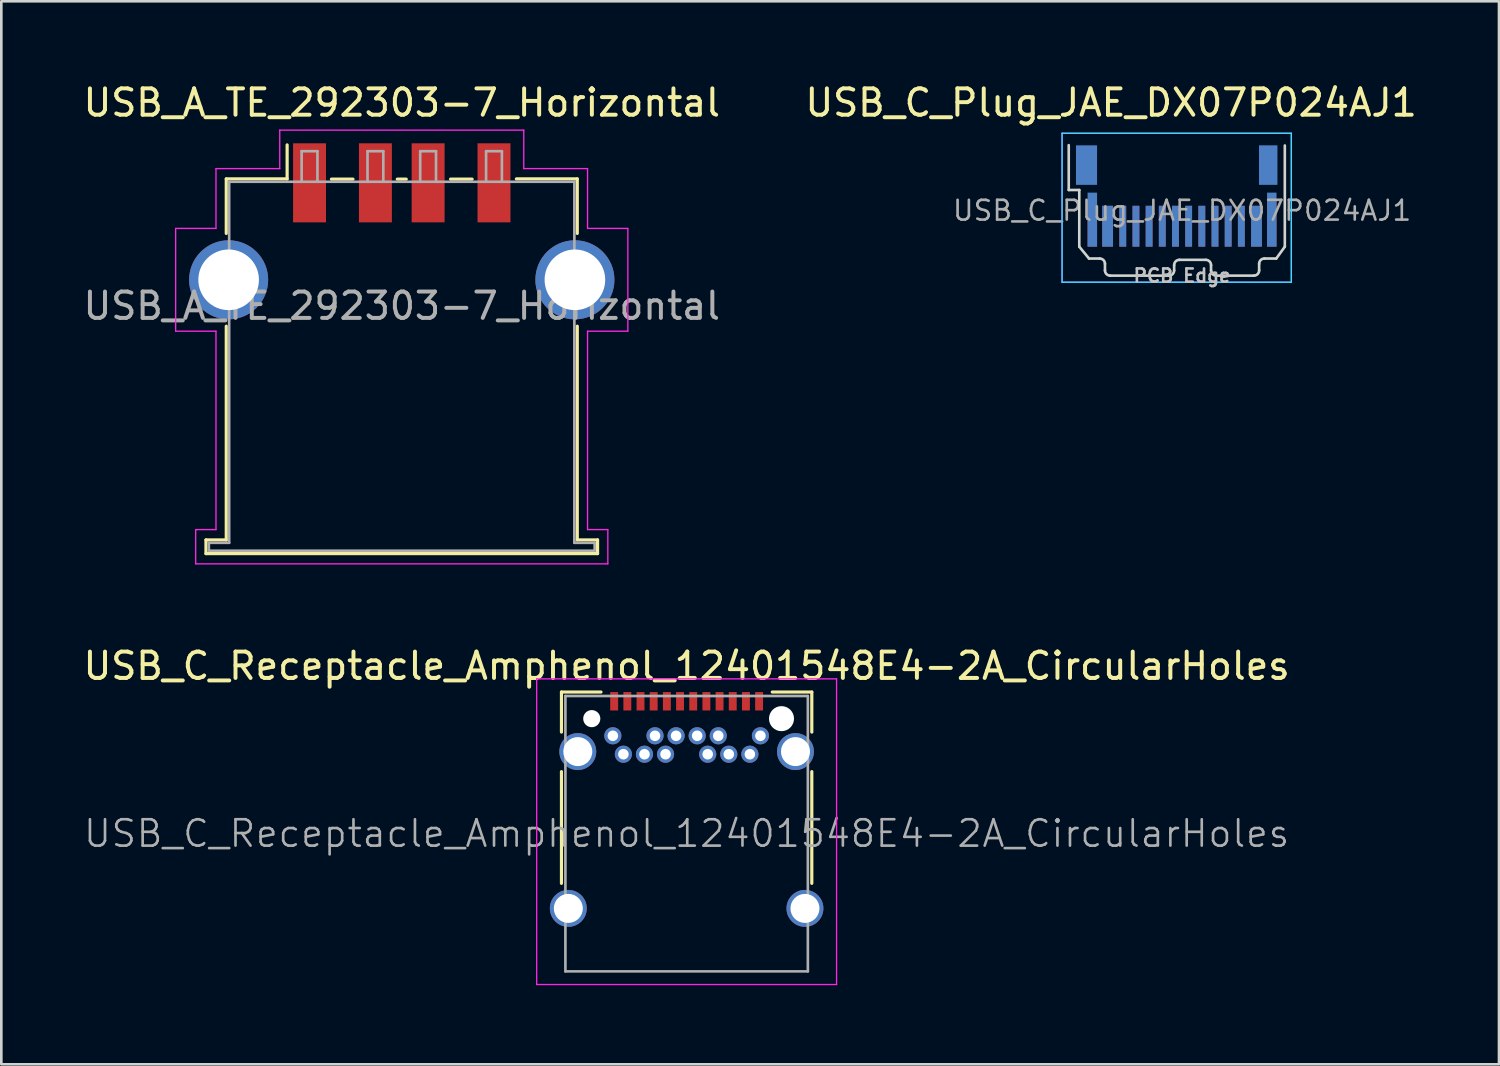
<source format=kicad_pcb>
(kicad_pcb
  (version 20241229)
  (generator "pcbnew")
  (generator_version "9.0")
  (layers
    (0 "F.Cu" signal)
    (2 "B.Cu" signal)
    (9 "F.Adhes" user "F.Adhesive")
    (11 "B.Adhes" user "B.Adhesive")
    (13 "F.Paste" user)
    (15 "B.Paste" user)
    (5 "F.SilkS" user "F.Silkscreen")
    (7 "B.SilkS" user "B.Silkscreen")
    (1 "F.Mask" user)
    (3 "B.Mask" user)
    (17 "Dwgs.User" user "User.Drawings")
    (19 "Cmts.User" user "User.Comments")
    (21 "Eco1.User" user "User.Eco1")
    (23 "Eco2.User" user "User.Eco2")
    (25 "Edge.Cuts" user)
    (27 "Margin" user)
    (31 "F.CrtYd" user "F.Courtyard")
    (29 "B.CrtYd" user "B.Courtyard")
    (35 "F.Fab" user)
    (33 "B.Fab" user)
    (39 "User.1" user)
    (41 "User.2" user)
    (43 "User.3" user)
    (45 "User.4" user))
  (footprint "USB_C_Receptacle_Amphenol_12401548E4-2A_CircularHoles"
    (layer "F.Cu")
    (at 23.006 28.581)
    (property "Reference" "USB_C_Receptacle_Amphenol_12401548E4-2A_CircularHoles" (at 0 -6.36 0) (layer "F.SilkS") (effects (font (size 1 1) (thickness 0.15))))
    (attr smd)
    (fp_line (start -4.75 -5.37) (end -4.75 -3.85) (stroke (width 0.12) (type solid)) (layer "F.SilkS"))
    (fp_line (start -4.75 -5.37) (end -3.25 -5.37) (stroke (width 0.12) (type solid)) (layer "F.SilkS"))
    (fp_line (start -4.75 -2.35) (end -4.75 1.89) (stroke (width 0.12) (type solid)) (layer "F.SilkS"))
    (fp_line (start 3.25 -5.37) (end 4.75 -5.37) (stroke (width 0.12) (type solid)) (layer "F.SilkS"))
    (fp_line (start 4.75 -5.37) (end 4.75 -3.85) (stroke (width 0.12) (type solid)) (layer "F.SilkS"))
    (fp_line (start 4.75 -2.35) (end 4.75 1.89) (stroke (width 0.12) (type solid)) (layer "F.SilkS"))
    (fp_line (start -5.69 -5.87) (end 5.69 -5.87) (stroke (width 0.05) (type solid)) (layer "F.CrtYd"))
    (fp_line (start -5.69 5.73) (end -5.69 -5.87) (stroke (width 0.05) (type solid)) (layer "F.CrtYd"))
    (fp_line (start 5.69 -5.87) (end 5.69 5.73) (stroke (width 0.05) (type solid)) (layer "F.CrtYd"))
    (fp_line (start 5.69 5.73) (end -5.69 5.73) (stroke (width 0.05) (type solid)) (layer "F.CrtYd"))
    (fp_line (start -4.6 -5.22) (end 4.6 -5.22) (stroke (width 0.1) (type solid)) (layer "F.Fab"))
    (fp_line (start -4.6 5.23) (end -4.6 -5.22) (stroke (width 0.1) (type solid)) (layer "F.Fab"))
    (fp_line (start -4.6 5.23) (end 4.6 5.23) (stroke (width 0.1) (type solid)) (layer "F.Fab"))
    (fp_line (start 4.6 5.23) (end 4.6 -5.22) (stroke (width 0.1) (type solid)) (layer "F.Fab"))
    (fp_text user "${REFERENCE}" (at 0 0 0) (layer "F.Fab") (effects (font (size 1 1) (thickness 0.1))))
    (pad "" np_thru_hole circle (at -3.6 -4.36) (size 0.65 0.65) (drill 0.65) (layers "*.Cu" "*.Mask"))
    (pad "" np_thru_hole circle (at 3.6 -4.36) (size 0.95 0.95) (drill 0.95) (layers "*.Cu" "*.Mask"))
    (pad "A1" smd rect (at -2.75 -5.02) (size 0.3 0.7) (layers "F.Cu" "F.Mask" "F.Paste"))
    (pad "A2" smd rect (at -2.25 -5.02) (size 0.3 0.7) (layers "F.Cu" "F.Mask" "F.Paste"))
    (pad "A3" smd rect (at -1.75 -5.02) (size 0.3 0.7) (layers "F.Cu" "F.Mask" "F.Paste"))
    (pad "A4" smd rect (at -1.25 -5.02) (size 0.3 0.7) (layers "F.Cu" "F.Mask" "F.Paste"))
    (pad "A5" smd rect (at -0.75 -5.02) (size 0.3 0.7) (layers "F.Cu" "F.Mask" "F.Paste"))
    (pad "A6" smd rect (at -0.25 -5.02) (size 0.3 0.7) (layers "F.Cu" "F.Mask" "F.Paste"))
    (pad "A7" smd rect (at 0.25 -5.02) (size 0.3 0.7) (layers "F.Cu" "F.Mask" "F.Paste"))
    (pad "A8" smd rect (at 0.75 -5.02) (size 0.3 0.7) (layers "F.Cu" "F.Mask" "F.Paste"))
    (pad "A9" smd rect (at 1.25 -5.02) (size 0.3 0.7) (layers "F.Cu" "F.Mask" "F.Paste"))
    (pad "A10" smd rect (at 1.75 -5.02) (size 0.3 0.7) (layers "F.Cu" "F.Mask" "F.Paste"))
    (pad "A11" smd rect (at 2.25 -5.02) (size 0.3 0.7) (layers "F.Cu" "F.Mask" "F.Paste"))
    (pad "A12" smd rect (at 2.75 -5.02) (size 0.3 0.7) (layers "F.Cu" "F.Mask" "F.Paste"))
    (pad "B1" thru_hole circle (at 2.8 -3.71) (size 0.65 0.65) (drill 0.4) (property pad_prop_heatsink) (layers "*.Cu" "*.Mask"))
    (pad "B2" thru_hole circle (at 2.4 -3.01) (size 0.65 0.65) (drill 0.4) (property pad_prop_heatsink) (layers "*.Cu" "*.Mask"))
    (pad "B3" thru_hole circle (at 1.6 -3.01) (size 0.65 0.65) (drill 0.4) (property pad_prop_heatsink) (layers "*.Cu" "*.Mask"))
    (pad "B4" thru_hole circle (at 1.2 -3.71) (size 0.65 0.65) (drill 0.4) (property pad_prop_heatsink) (layers "*.Cu" "*.Mask"))
    (pad "B5" thru_hole circle (at 0.8 -3.01) (size 0.65 0.65) (drill 0.4) (property pad_prop_heatsink) (layers "*.Cu" "*.Mask"))
    (pad "B6" thru_hole circle (at 0.4 -3.71) (size 0.65 0.65) (drill 0.4) (property pad_prop_heatsink) (layers "*.Cu" "*.Mask"))
    (pad "B7" thru_hole circle (at -0.4 -3.71) (size 0.65 0.65) (drill 0.4) (property pad_prop_heatsink) (layers "*.Cu" "*.Mask"))
    (pad "B8" thru_hole circle (at -0.8 -3.01) (size 0.65 0.65) (drill 0.4) (property pad_prop_heatsink) (layers "*.Cu" "*.Mask"))
    (pad "B9" thru_hole circle (at -1.2 -3.71) (size 0.65 0.65) (drill 0.4) (property pad_prop_heatsink) (layers "*.Cu" "*.Mask"))
    (pad "B10" thru_hole circle (at -1.6 -3.01) (size 0.65 0.65) (drill 0.4) (property pad_prop_heatsink) (layers "*.Cu" "*.Mask"))
    (pad "B11" thru_hole circle (at -2.4 -3.01) (size 0.65 0.65) (drill 0.4) (property pad_prop_heatsink) (layers "*.Cu" "*.Mask"))
    (pad "B12" thru_hole circle (at -2.8 -3.71) (size 0.65 0.65) (drill 0.4) (property pad_prop_heatsink) (layers "*.Cu" "*.Mask"))
    (pad "S1" thru_hole circle (at -4.49 2.84) (size 1.4 1.4) (drill 1.1) (property pad_prop_heatsink) (layers "*.Cu" "*.Mask"))
    (pad "S1" thru_hole circle (at -4.13 -3.11) (size 1.4 1.4) (drill 1.1) (property pad_prop_heatsink) (layers "*.Cu" "*.Mask"))
    (pad "S1" thru_hole circle (at 4.13 -3.11) (size 1.4 1.4) (drill 1.1) (property pad_prop_heatsink) (layers "*.Cu" "*.Mask"))
    (pad "S1" thru_hole circle (at 4.49 2.84) (size 1.4 1.4) (drill 1.1) (property pad_prop_heatsink) (layers "*.Cu" "*.Mask")))
  (footprint "USB_A_TE_292303-7_Horizontal"
    (layer "F.Cu")
    (at 12.196 10.268)
    (property "Reference" "USB_A_TE_292303-7_Horizontal" (at 0 -9.42 0) (layer "F.SilkS") (effects (font (size 1 1) (thickness 0.15))))
    (attr smd)
    (fp_line (start -7.43 7.17) (end -7.43 7.69) (stroke (width 0.12) (type solid)) (layer "F.SilkS"))
    (fp_line (start -7.43 7.69) (end 7.43 7.69) (stroke (width 0.12) (type solid)) (layer "F.SilkS"))
    (fp_line (start -6.66 -6.53) (end -6.66 -4.46) (stroke (width 0.12) (type solid)) (layer "F.SilkS"))
    (fp_line (start -6.66 -6.53) (end -4.35 -6.53) (stroke (width 0.12) (type solid)) (layer "F.SilkS"))
    (fp_line (start -6.66 7.17) (end -7.43 7.17) (stroke (width 0.12) (type solid)) (layer "F.SilkS"))
    (fp_line (start -6.66 7.17) (end -6.66 -0.94) (stroke (width 0.12) (type solid)) (layer "F.SilkS"))
    (fp_line (start -4.35 -7.82) (end -4.35 -6.53) (stroke (width 0.12) (type solid)) (layer "F.SilkS"))
    (fp_line (start -2.67 -6.52) (end -1.85 -6.52) (stroke (width 0.12) (type solid)) (layer "F.SilkS"))
    (fp_line (start -0.17 -6.52) (end 0.17 -6.52) (stroke (width 0.12) (type solid)) (layer "F.SilkS"))
    (fp_line (start 1.85 -6.52) (end 2.67 -6.52) (stroke (width 0.12) (type solid)) (layer "F.SilkS"))
    (fp_line (start 4.35 -6.53) (end 6.66 -6.53) (stroke (width 0.12) (type solid)) (layer "F.SilkS"))
    (fp_line (start 6.66 -6.53) (end 6.66 -4.46) (stroke (width 0.12) (type solid)) (layer "F.SilkS"))
    (fp_line (start 6.66 -0.94) (end 6.66 7.17) (stroke (width 0.12) (type solid)) (layer "F.SilkS"))
    (fp_line (start 7.43 7.17) (end 6.66 7.17) (stroke (width 0.12) (type solid)) (layer "F.SilkS"))
    (fp_line (start 7.43 7.69) (end 7.43 7.17) (stroke (width 0.12) (type solid)) (layer "F.SilkS"))
    (fp_line (start -8.58 -4.65) (end -8.58 -0.75) (stroke (width 0.05) (type solid)) (layer "F.CrtYd"))
    (fp_line (start -7.82 6.78) (end -7.05 6.78) (stroke (width 0.05) (type solid)) (layer "F.CrtYd"))
    (fp_line (start -7.82 8.08) (end -7.82 6.78) (stroke (width 0.05) (type solid)) (layer "F.CrtYd"))
    (fp_line (start -7.82 8.08) (end 7.82 8.08) (stroke (width 0.05) (type solid)) (layer "F.CrtYd"))
    (fp_line (start -7.05 -6.92) (end -7.05 -4.65) (stroke (width 0.05) (type solid)) (layer "F.CrtYd"))
    (fp_line (start -7.05 -6.92) (end -4.63 -6.92) (stroke (width 0.05) (type solid)) (layer "F.CrtYd"))
    (fp_line (start -7.05 -4.65) (end -8.58 -4.65) (stroke (width 0.05) (type solid)) (layer "F.CrtYd"))
    (fp_line (start -7.05 -0.75) (end -8.58 -0.75) (stroke (width 0.05) (type solid)) (layer "F.CrtYd"))
    (fp_line (start -7.05 6.78) (end -7.05 -0.75) (stroke (width 0.05) (type solid)) (layer "F.CrtYd"))
    (fp_line (start -4.63 -8.38) (end -4.63 -6.92) (stroke (width 0.05) (type solid)) (layer "F.CrtYd"))
    (fp_line (start -4.63 -8.38) (end 4.63 -8.38) (stroke (width 0.05) (type solid)) (layer "F.CrtYd"))
    (fp_line (start 4.63 -8.38) (end 4.63 -6.92) (stroke (width 0.05) (type solid)) (layer "F.CrtYd"))
    (fp_line (start 4.63 -6.92) (end 7.05 -6.92) (stroke (width 0.05) (type solid)) (layer "F.CrtYd"))
    (fp_line (start 7.05 -6.92) (end 7.05 -4.65) (stroke (width 0.05) (type solid)) (layer "F.CrtYd"))
    (fp_line (start 7.05 6.78) (end 7.05 -0.75) (stroke (width 0.05) (type solid)) (layer "F.CrtYd"))
    (fp_line (start 7.82 6.78) (end 7.05 6.78) (stroke (width 0.05) (type solid)) (layer "F.CrtYd"))
    (fp_line (start 7.82 8.08) (end 7.82 6.78) (stroke (width 0.05) (type solid)) (layer "F.CrtYd"))
    (fp_line (start 8.58 -4.65) (end 7.05 -4.65) (stroke (width 0.05) (type solid)) (layer "F.CrtYd"))
    (fp_line (start 8.58 -4.65) (end 8.58 -0.75) (stroke (width 0.05) (type solid)) (layer "F.CrtYd"))
    (fp_line (start 8.58 -0.75) (end 7.05 -0.75) (stroke (width 0.05) (type solid)) (layer "F.CrtYd"))
    (fp_line (start -7.32 7.28) (end -7.32 7.58) (stroke (width 0.1) (type solid)) (layer "F.Fab"))
    (fp_line (start -7.32 7.58) (end 7.32 7.58) (stroke (width 0.1) (type solid)) (layer "F.Fab"))
    (fp_line (start -6.55 -6.42) (end 6.55 -6.42) (stroke (width 0.1) (type solid)) (layer "F.Fab"))
    (fp_line (start -6.55 7.28) (end -7.32 7.28) (stroke (width 0.1) (type solid)) (layer "F.Fab"))
    (fp_line (start -6.55 7.28) (end -6.55 -6.42) (stroke (width 0.1) (type solid)) (layer "F.Fab"))
    (fp_line (start -3.8 -7.58) (end -3.8 -6.42) (stroke (width 0.1) (type solid)) (layer "F.Fab"))
    (fp_line (start -3.8 -7.58) (end -3.2 -7.58) (stroke (width 0.1) (type solid)) (layer "F.Fab"))
    (fp_line (start -3.2 -7.58) (end -3.2 -6.42) (stroke (width 0.1) (type solid)) (layer "F.Fab"))
    (fp_line (start -1.3 -7.58) (end -1.3 -6.42) (stroke (width 0.1) (type solid)) (layer "F.Fab"))
    (fp_line (start -1.3 -7.58) (end -0.7 -7.58) (stroke (width 0.1) (type solid)) (layer "F.Fab"))
    (fp_line (start -0.7 -7.58) (end -0.7 -6.42) (stroke (width 0.1) (type solid)) (layer "F.Fab"))
    (fp_line (start 0.7 -7.58) (end 0.7 -6.42) (stroke (width 0.1) (type solid)) (layer "F.Fab"))
    (fp_line (start 0.7 -7.58) (end 1.3 -7.58) (stroke (width 0.1) (type solid)) (layer "F.Fab"))
    (fp_line (start 1.3 -7.58) (end 1.3 -6.42) (stroke (width 0.1) (type solid)) (layer "F.Fab"))
    (fp_line (start 3.2 -7.58) (end 3.2 -6.42) (stroke (width 0.1) (type solid)) (layer "F.Fab"))
    (fp_line (start 3.2 -7.58) (end 3.8 -7.58) (stroke (width 0.1) (type solid)) (layer "F.Fab"))
    (fp_line (start 3.8 -7.58) (end 3.8 -6.42) (stroke (width 0.1) (type solid)) (layer "F.Fab"))
    (fp_line (start 6.55 -6.42) (end 6.55 7.28) (stroke (width 0.1) (type solid)) (layer "F.Fab"))
    (fp_line (start 7.32 7.28) (end 6.55 7.28) (stroke (width 0.1) (type solid)) (layer "F.Fab"))
    (fp_line (start 7.32 7.58) (end 7.32 7.28) (stroke (width 0.1) (type solid)) (layer "F.Fab"))
    (fp_text user "${REFERENCE}" (at 0 -1.71 0) (layer "F.Fab") (effects (font (size 1 1) (thickness 0.15))))
    (pad "1" smd rect (at -3.5 -6.38) (size 1.25 3) (layers "F.Cu" "F.Mask" "F.Paste"))
    (pad "2" smd rect (at -1 -6.38) (size 1.25 3) (layers "F.Cu" "F.Mask" "F.Paste"))
    (pad "3" smd rect (at 1 -6.38) (size 1.25 3) (layers "F.Cu" "F.Mask" "F.Paste"))
    (pad "4" smd rect (at 3.5 -6.38) (size 1.25 3) (layers "F.Cu" "F.Mask" "F.Paste"))
    (pad "5" thru_hole circle (at -6.57 -2.7) (size 3 3) (drill 2.3) (property pad_prop_heatsink) (layers "*.Cu" "*.Mask"))
    (pad "5" thru_hole circle (at 6.57 -2.7) (size 3 3) (drill 2.3) (property pad_prop_heatsink) (layers "*.Cu" "*.Mask")))
  (footprint "USB_C_Plug_JAE_DX07P024AJ1"
    (layer "F.Cu")
    (at 41.806 4.388)
    (property "Reference" "USB_C_Plug_JAE_DX07P024AJ1" (at -2.692 -3.54 0) (layer "F.SilkS") (effects (font (size 1 1) (thickness 0.15))))
    (attr smd)
    (fp_line (start -4.3 -1.93) (end -4.3 -0.228) (stroke (width 0.1) (type solid)) (layer "Edge.Cuts"))
    (fp_line (start -4.3 -0.228) (end -3.9 -0.228) (stroke (width 0.1) (type solid)) (layer "Edge.Cuts"))
    (fp_line (start -3.9 1.923) (end -3.9 -0.228) (stroke (width 0.1) (type solid)) (layer "Edge.Cuts"))
    (fp_line (start -3.53 2.373) (end -3.9 1.923) (stroke (width 0.1) (type solid)) (layer "Edge.Cuts"))
    (fp_line (start -3.125 2.373) (end -3.53 2.373) (stroke (width 0.1) (type solid)) (layer "Edge.Cuts"))
    (fp_line (start -2.925 2.822) (end -2.925 2.572) (stroke (width 0.1) (type solid)) (layer "Edge.Cuts"))
    (fp_line (start -0.5 3.022) (end -2.725 3.022) (stroke (width 0.1) (type solid)) (layer "Edge.Cuts"))
    (fp_line (start -0.3 2.623) (end -0.3 2.822) (stroke (width 0.1) (type solid)) (layer "Edge.Cuts"))
    (fp_line (start -0.1 2.422) (end 0.9 2.422) (stroke (width 0.1) (type solid)) (layer "Edge.Cuts"))
    (fp_line (start 1.1 2.822) (end 1.1 2.623) (stroke (width 0.1) (type solid)) (layer "Edge.Cuts"))
    (fp_line (start 1.3 3.022) (end 2.725 3.022) (stroke (width 0.1) (type solid)) (layer "Edge.Cuts"))
    (fp_line (start 2.925 2.822) (end 2.925 2.572) (stroke (width 0.1) (type solid)) (layer "Edge.Cuts"))
    (fp_line (start 3.125 2.373) (end 3.575 2.373) (stroke (width 0.1) (type solid)) (layer "Edge.Cuts"))
    (fp_line (start 3.575 2.373) (end 3.9 1.923) (stroke (width 0.1) (type solid)) (layer "Edge.Cuts"))
    (fp_line (start 3.9 1.923) (end 3.9 -1.917) (stroke (width 0.1) (type solid)) (layer "Edge.Cuts"))
    (fp_arc (start -3.125 2.3725) (mid -2.983579 2.431079) (end -2.925 2.5725) (stroke (width 0.1) (type solid)) (layer "Edge.Cuts"))
    (fp_arc (start -2.725 3.0225) (mid -2.866421 2.963921) (end -2.925 2.8225) (stroke (width 0.1) (type solid)) (layer "Edge.Cuts"))
    (fp_arc (start -0.3 2.6225) (mid -0.241421 2.481079) (end -0.1 2.4225) (stroke (width 0.1) (type solid)) (layer "Edge.Cuts"))
    (fp_arc (start -0.3 2.8225) (mid -0.358579 2.963921) (end -0.5 3.0225) (stroke (width 0.1) (type solid)) (layer "Edge.Cuts"))
    (fp_arc (start 0.9 2.4225) (mid 1.041421 2.481079) (end 1.1 2.6225) (stroke (width 0.1) (type solid)) (layer "Edge.Cuts"))
    (fp_arc (start 1.3 3.0225) (mid 1.158579 2.963921) (end 1.1 2.8225) (stroke (width 0.1) (type solid)) (layer "Edge.Cuts"))
    (fp_arc (start 2.925 2.5725) (mid 2.983579 2.431079) (end 3.125 2.3725) (stroke (width 0.1) (type solid)) (layer "Edge.Cuts"))
    (fp_arc (start 2.925 2.8225) (mid 2.866421 2.963921) (end 2.725 3.0225) (stroke (width 0.1) (type solid)) (layer "Edge.Cuts"))
    (fp_line (start -4.553 -2.38) (end 4.147 -2.38) (stroke (width 0.05) (type solid)) (layer "B.CrtYd"))
    (fp_line (start -4.553 3.27) (end -4.553 -2.38) (stroke (width 0.05) (type solid)) (layer "B.CrtYd"))
    (fp_line (start 4.147 -2.38) (end 4.147 3.27) (stroke (width 0.05) (type solid)) (layer "B.CrtYd"))
    (fp_line (start 4.147 3.27) (end -4.553 3.27) (stroke (width 0.05) (type solid)) (layer "B.CrtYd"))
    (fp_line (start -4.553 -2.38) (end 4.147 -2.38) (stroke (width 0.05) (type solid)) (layer "F.CrtYd"))
    (fp_line (start -4.553 3.27) (end -4.553 -2.38) (stroke (width 0.05) (type solid)) (layer "F.CrtYd"))
    (fp_line (start 4.147 -2.38) (end 4.147 3.27) (stroke (width 0.05) (type solid)) (layer "F.CrtYd"))
    (fp_line (start 4.147 3.27) (end -4.553 3.27) (stroke (width 0.05) (type solid)) (layer "F.CrtYd"))
    (fp_text user "PCB Edge" (at 0 3.022 0) (layer "Dwgs.User") (effects (font (size 0.5 0.5) (thickness 0.1))))
    (fp_text user "${REFERENCE}" (at 0 0.552 0) (layer "F.Fab") (effects (font (size 0.75 0.75) (thickness 0.1))))
    (pad "" smd rect (at -3.405 1.048) (size 0.36 1.75) (layers "F.Cu" "F.Mask"))
    (pad "" smd rect (at 3.405 1.048) (size 0.36 1.75) (layers "F.Cu" "F.Mask"))
    (pad "A1" smd rect (at 2.825 1.147) (size 0.41 1.55) (layers "F.Cu" "F.Mask" "F.Paste"))
    (pad "A2" smd rect (at 2.25 1.147) (size 0.26 1.55) (layers "F.Cu" "F.Mask" "F.Paste"))
    (pad "A3" smd rect (at 1.75 1.147) (size 0.26 1.55) (layers "F.Cu" "F.Mask" "F.Paste"))
    (pad "A4" smd rect (at 1.25 1.147) (size 0.26 1.55) (layers "F.Cu" "F.Mask" "F.Paste"))
    (pad "A5" smd rect (at 0.75 1.147) (size 0.26 1.55) (layers "F.Cu" "F.Mask" "F.Paste"))
    (pad "A6" smd rect (at 0.25 1.147 180) (size 0.26 1.55) (layers "F.Cu" "F.Mask" "F.Paste"))
    (pad "A7" smd rect (at -0.25 1.147 180) (size 0.26 1.55) (layers "F.Cu" "F.Mask" "F.Paste"))
    (pad "A8" smd rect (at -0.75 1.147) (size 0.26 1.55) (layers "F.Cu" "F.Mask" "F.Paste"))
    (pad "A9" smd rect (at -1.25 1.147) (size 0.26 1.55) (layers "F.Cu" "F.Mask" "F.Paste"))
    (pad "A10" smd rect (at -1.75 1.147) (size 0.26 1.55) (layers "F.Cu" "F.Mask" "F.Paste"))
    (pad "A11" smd rect (at -2.25 1.147) (size 0.26 1.55) (layers "F.Cu" "F.Mask" "F.Paste"))
    (pad "A12" smd rect (at -2.825 1.147) (size 0.41 1.55) (layers "F.Cu" "F.Mask" "F.Paste"))
    (pad "B1" smd rect (at -2.825 1.147) (size 0.41 1.55) (layers "B.Cu" "B.Mask" "B.Paste"))
    (pad "B2" smd rect (at -2.25 1.147) (size 0.26 1.55) (layers "B.Cu" "B.Mask" "B.Paste"))
    (pad "B3" smd rect (at -1.75 1.147) (size 0.26 1.55) (layers "B.Cu" "B.Mask" "B.Paste"))
    (pad "B4" smd rect (at -1.25 1.147) (size 0.26 1.55) (layers "B.Cu" "B.Mask" "B.Paste"))
    (pad "B5" smd rect (at -0.75 1.147) (size 0.26 1.55) (layers "B.Cu" "B.Mask" "B.Paste"))
    (pad "B6" smd rect (at -0.25 1.147 180) (size 0.26 1.55) (layers "B.Cu" "B.Mask" "B.Paste"))
    (pad "B7" smd rect (at 0.25 1.147) (size 0.26 1.55) (layers "B.Cu" "B.Mask" "B.Paste"))
    (pad "B8" smd rect (at 0.75 1.147) (size 0.26 1.55) (layers "B.Cu" "B.Mask" "B.Paste"))
    (pad "B9" smd rect (at 1.25 1.147) (size 0.26 1.55) (layers "B.Cu" "B.Mask" "B.Paste"))
    (pad "B10" smd rect (at 1.75 1.147) (size 0.26 1.55) (layers "B.Cu" "B.Mask" "B.Paste"))
    (pad "B11" smd rect (at 2.25 1.147) (size 0.26 1.55) (layers "B.Cu" "B.Mask" "B.Paste"))
    (pad "B12" smd rect (at 2.825 1.147) (size 0.41 1.55) (layers "B.Cu" "B.Mask" "B.Paste"))
    (pad "S1" smd rect (at -3.625 -1.173) (size 0.8 1.5) (layers "B.Cu" "B.Mask" "B.Paste"))
    (pad "S1" smd rect (at -3.405 0.897) (size 0.36 2.05) (layers "B.Cu" "B.Mask" "B.Paste"))
    (pad "S1" smd rect (at 3.27 -1.173 180) (size 0.7 1.5) (layers "B.Cu" "B.Mask" "B.Paste"))
    (pad "S1" smd rect (at 3.405 0.897) (size 0.36 2.05) (layers "B.Cu" "B.Mask" "B.Paste")))
  (gr_rect
    (start -3 -3)
    (end 53.833 37.337)
    (stroke (width 0.1) (type default))
    (fill no)
    (layer "Edge.Cuts")))
</source>
